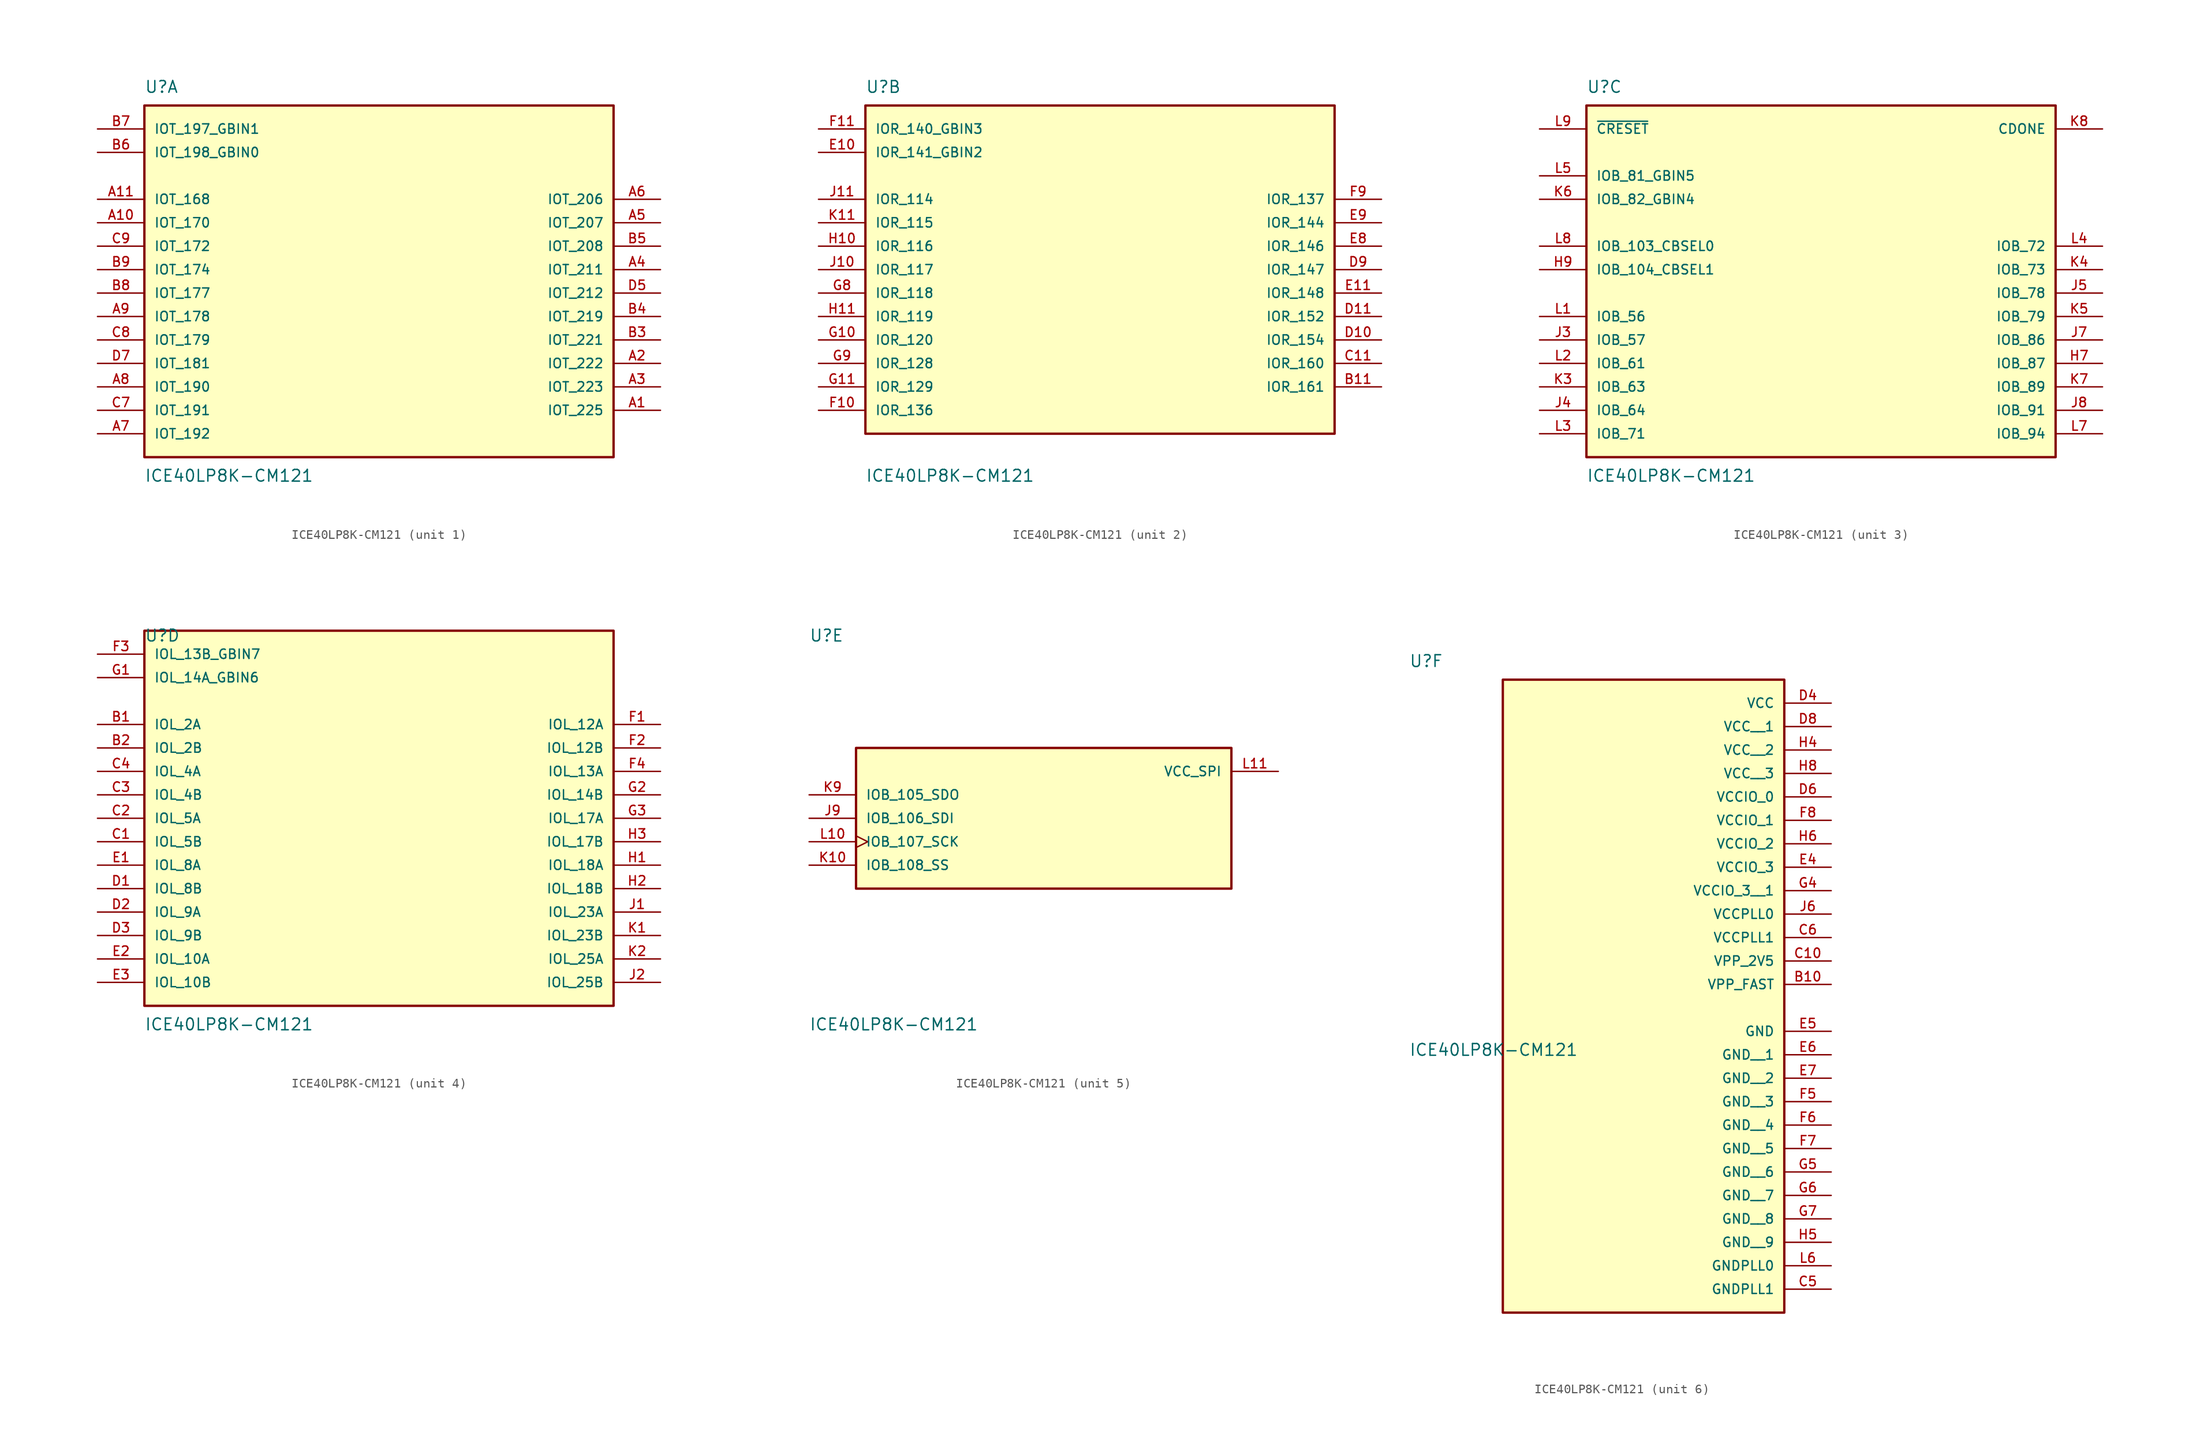
<source format=kicad_sym>
(kicad_symbol_lib
  (version 20211014)
  (generator kicad_symbol_editor)
  (symbol "ICE40LP8K-CM121"
    (pin_names
      (offset 1.016))
    (property "Reference" "U"
      (at -25.4 19.05 0)
      (effects (font (size 1.27 1.27)) (justify bottom left)))
    (property "Value" "ICE40LP8K-CM121"
      (at -25.4 -21.59 0)
      (effects (font (size 1.27 1.27)) (justify top left)))
    (symbol "ICE40LP8K-CM121_1_0"
      (rectangle (start -25.4 -20.32) (end 25.4 17.78) (stroke (width 0.254)) (fill (type background)))
      (pin input line (at -30.48 15.24 0) (length 5.08) (name "IOT_197_GBIN1" (effects (font (size 1.016 1.016)))) (number "B7" (effects (font (size 1.016 1.016)))))
      (pin input line (at -30.48 12.7 0) (length 5.08) (name "IOT_198_GBIN0" (effects (font (size 1.016 1.016)))) (number "B6" (effects (font (size 1.016 1.016)))))
      (pin bidirectional line (at -30.48 7.62 0) (length 5.08) (name "IOT_168" (effects (font (size 1.016 1.016)))) (number "A11" (effects (font (size 1.016 1.016)))))
      (pin bidirectional line (at -30.48 5.08 0) (length 5.08) (name "IOT_170" (effects (font (size 1.016 1.016)))) (number "A10" (effects (font (size 1.016 1.016)))))
      (pin bidirectional line (at -30.48 2.54 0) (length 5.08) (name "IOT_172" (effects (font (size 1.016 1.016)))) (number "C9" (effects (font (size 1.016 1.016)))))
      (pin bidirectional line (at -30.48 0.0 0) (length 5.08) (name "IOT_174" (effects (font (size 1.016 1.016)))) (number "B9" (effects (font (size 1.016 1.016)))))
      (pin bidirectional line (at -30.48 -2.54 0) (length 5.08) (name "IOT_177" (effects (font (size 1.016 1.016)))) (number "B8" (effects (font (size 1.016 1.016)))))
      (pin bidirectional line (at -30.48 -5.08 0) (length 5.08) (name "IOT_178" (effects (font (size 1.016 1.016)))) (number "A9" (effects (font (size 1.016 1.016)))))
      (pin bidirectional line (at -30.48 -7.62 0) (length 5.08) (name "IOT_179" (effects (font (size 1.016 1.016)))) (number "C8" (effects (font (size 1.016 1.016)))))
      (pin bidirectional line (at -30.48 -10.16 0) (length 5.08) (name "IOT_181" (effects (font (size 1.016 1.016)))) (number "D7" (effects (font (size 1.016 1.016)))))
      (pin bidirectional line (at -30.48 -12.7 0) (length 5.08) (name "IOT_190" (effects (font (size 1.016 1.016)))) (number "A8" (effects (font (size 1.016 1.016)))))
      (pin bidirectional line (at -30.48 -15.24 0) (length 5.08) (name "IOT_191" (effects (font (size 1.016 1.016)))) (number "C7" (effects (font (size 1.016 1.016)))))
      (pin bidirectional line (at -30.48 -17.78 0) (length 5.08) (name "IOT_192" (effects (font (size 1.016 1.016)))) (number "A7" (effects (font (size 1.016 1.016)))))
      (pin bidirectional line (at 30.48 7.62 180.0) (length 5.08) (name "IOT_206" (effects (font (size 1.016 1.016)))) (number "A6" (effects (font (size 1.016 1.016)))))
      (pin bidirectional line (at 30.48 5.08 180.0) (length 5.08) (name "IOT_207" (effects (font (size 1.016 1.016)))) (number "A5" (effects (font (size 1.016 1.016)))))
      (pin bidirectional line (at 30.48 2.54 180.0) (length 5.08) (name "IOT_208" (effects (font (size 1.016 1.016)))) (number "B5" (effects (font (size 1.016 1.016)))))
      (pin bidirectional line (at 30.48 0.0 180.0) (length 5.08) (name "IOT_211" (effects (font (size 1.016 1.016)))) (number "A4" (effects (font (size 1.016 1.016)))))
      (pin bidirectional line (at 30.48 -2.54 180.0) (length 5.08) (name "IOT_212" (effects (font (size 1.016 1.016)))) (number "D5" (effects (font (size 1.016 1.016)))))
      (pin bidirectional line (at 30.48 -5.08 180.0) (length 5.08) (name "IOT_219" (effects (font (size 1.016 1.016)))) (number "B4" (effects (font (size 1.016 1.016)))))
      (pin bidirectional line (at 30.48 -7.62 180.0) (length 5.08) (name "IOT_221" (effects (font (size 1.016 1.016)))) (number "B3" (effects (font (size 1.016 1.016)))))
      (pin bidirectional line (at 30.48 -10.16 180.0) (length 5.08) (name "IOT_222" (effects (font (size 1.016 1.016)))) (number "A2" (effects (font (size 1.016 1.016)))))
      (pin bidirectional line (at 30.48 -12.7 180.0) (length 5.08) (name "IOT_223" (effects (font (size 1.016 1.016)))) (number "A3" (effects (font (size 1.016 1.016)))))
      (pin bidirectional line (at 30.48 -15.24 180.0) (length 5.08) (name "IOT_225" (effects (font (size 1.016 1.016)))) (number "A1" (effects (font (size 1.016 1.016))))))
    (symbol "ICE40LP8K-CM121_2_0"
      (rectangle (start -25.4 -17.78) (end 25.4 17.78) (stroke (width 0.254)) (fill (type background)))
      (pin input line (at -30.48 15.24 0) (length 5.08) (name "IOR_140_GBIN3" (effects (font (size 1.016 1.016)))) (number "F11" (effects (font (size 1.016 1.016)))))
      (pin input line (at -30.48 12.7 0) (length 5.08) (name "IOR_141_GBIN2" (effects (font (size 1.016 1.016)))) (number "E10" (effects (font (size 1.016 1.016)))))
      (pin bidirectional line (at -30.48 7.62 0) (length 5.08) (name "IOR_114" (effects (font (size 1.016 1.016)))) (number "J11" (effects (font (size 1.016 1.016)))))
      (pin bidirectional line (at -30.48 5.08 0) (length 5.08) (name "IOR_115" (effects (font (size 1.016 1.016)))) (number "K11" (effects (font (size 1.016 1.016)))))
      (pin bidirectional line (at -30.48 2.54 0) (length 5.08) (name "IOR_116" (effects (font (size 1.016 1.016)))) (number "H10" (effects (font (size 1.016 1.016)))))
      (pin bidirectional line (at -30.48 0.0 0) (length 5.08) (name "IOR_117" (effects (font (size 1.016 1.016)))) (number "J10" (effects (font (size 1.016 1.016)))))
      (pin bidirectional line (at -30.48 -2.54 0) (length 5.08) (name "IOR_118" (effects (font (size 1.016 1.016)))) (number "G8" (effects (font (size 1.016 1.016)))))
      (pin bidirectional line (at -30.48 -5.08 0) (length 5.08) (name "IOR_119" (effects (font (size 1.016 1.016)))) (number "H11" (effects (font (size 1.016 1.016)))))
      (pin bidirectional line (at -30.48 -7.62 0) (length 5.08) (name "IOR_120" (effects (font (size 1.016 1.016)))) (number "G10" (effects (font (size 1.016 1.016)))))
      (pin bidirectional line (at -30.48 -10.16 0) (length 5.08) (name "IOR_128" (effects (font (size 1.016 1.016)))) (number "G9" (effects (font (size 1.016 1.016)))))
      (pin bidirectional line (at -30.48 -12.7 0) (length 5.08) (name "IOR_129" (effects (font (size 1.016 1.016)))) (number "G11" (effects (font (size 1.016 1.016)))))
      (pin bidirectional line (at -30.48 -15.24 0) (length 5.08) (name "IOR_136" (effects (font (size 1.016 1.016)))) (number "F10" (effects (font (size 1.016 1.016)))))
      (pin bidirectional line (at 30.48 7.62 180.0) (length 5.08) (name "IOR_137" (effects (font (size 1.016 1.016)))) (number "F9" (effects (font (size 1.016 1.016)))))
      (pin bidirectional line (at 30.48 5.08 180.0) (length 5.08) (name "IOR_144" (effects (font (size 1.016 1.016)))) (number "E9" (effects (font (size 1.016 1.016)))))
      (pin bidirectional line (at 30.48 2.54 180.0) (length 5.08) (name "IOR_146" (effects (font (size 1.016 1.016)))) (number "E8" (effects (font (size 1.016 1.016)))))
      (pin bidirectional line (at 30.48 0.0 180.0) (length 5.08) (name "IOR_147" (effects (font (size 1.016 1.016)))) (number "D9" (effects (font (size 1.016 1.016)))))
      (pin bidirectional line (at 30.48 -2.54 180.0) (length 5.08) (name "IOR_148" (effects (font (size 1.016 1.016)))) (number "E11" (effects (font (size 1.016 1.016)))))
      (pin bidirectional line (at 30.48 -5.08 180.0) (length 5.08) (name "IOR_152" (effects (font (size 1.016 1.016)))) (number "D11" (effects (font (size 1.016 1.016)))))
      (pin bidirectional line (at 30.48 -7.62 180.0) (length 5.08) (name "IOR_154" (effects (font (size 1.016 1.016)))) (number "D10" (effects (font (size 1.016 1.016)))))
      (pin bidirectional line (at 30.48 -10.16 180.0) (length 5.08) (name "IOR_160" (effects (font (size 1.016 1.016)))) (number "C11" (effects (font (size 1.016 1.016)))))
      (pin bidirectional line (at 30.48 -12.7 180.0) (length 5.08) (name "IOR_161" (effects (font (size 1.016 1.016)))) (number "B11" (effects (font (size 1.016 1.016))))))
    (symbol "ICE40LP8K-CM121_3_0"
      (rectangle (start -25.4 -20.32) (end 25.4 17.78) (stroke (width 0.254)) (fill (type background)))
      (pin output line (at 30.48 15.24 180.0) (length 5.08) (name "CDONE" (effects (font (size 1.016 1.016)))) (number "K8" (effects (font (size 1.016 1.016)))))
      (pin input line (at -30.48 15.24 0) (length 5.08) (name "~{CRESET}" (effects (font (size 1.016 1.016)))) (number "L9" (effects (font (size 1.016 1.016)))))
      (pin input line (at -30.48 10.16 0) (length 5.08) (name "IOB_81_GBIN5" (effects (font (size 1.016 1.016)))) (number "L5" (effects (font (size 1.016 1.016)))))
      (pin input line (at -30.48 7.62 0) (length 5.08) (name "IOB_82_GBIN4" (effects (font (size 1.016 1.016)))) (number "K6" (effects (font (size 1.016 1.016)))))
      (pin bidirectional line (at -30.48 2.54 0) (length 5.08) (name "IOB_103_CBSEL0" (effects (font (size 1.016 1.016)))) (number "L8" (effects (font (size 1.016 1.016)))))
      (pin bidirectional line (at -30.48 0.0 0) (length 5.08) (name "IOB_104_CBSEL1" (effects (font (size 1.016 1.016)))) (number "H9" (effects (font (size 1.016 1.016)))))
      (pin bidirectional line (at -30.48 -5.08 0) (length 5.08) (name "IOB_56" (effects (font (size 1.016 1.016)))) (number "L1" (effects (font (size 1.016 1.016)))))
      (pin bidirectional line (at -30.48 -7.62 0) (length 5.08) (name "IOB_57" (effects (font (size 1.016 1.016)))) (number "J3" (effects (font (size 1.016 1.016)))))
      (pin bidirectional line (at -30.48 -10.16 0) (length 5.08) (name "IOB_61" (effects (font (size 1.016 1.016)))) (number "L2" (effects (font (size 1.016 1.016)))))
      (pin bidirectional line (at -30.48 -12.7 0) (length 5.08) (name "IOB_63" (effects (font (size 1.016 1.016)))) (number "K3" (effects (font (size 1.016 1.016)))))
      (pin bidirectional line (at -30.48 -15.24 0) (length 5.08) (name "IOB_64" (effects (font (size 1.016 1.016)))) (number "J4" (effects (font (size 1.016 1.016)))))
      (pin bidirectional line (at -30.48 -17.78 0) (length 5.08) (name "IOB_71" (effects (font (size 1.016 1.016)))) (number "L3" (effects (font (size 1.016 1.016)))))
      (pin bidirectional line (at 30.48 2.54 180.0) (length 5.08) (name "IOB_72" (effects (font (size 1.016 1.016)))) (number "L4" (effects (font (size 1.016 1.016)))))
      (pin bidirectional line (at 30.48 0.0 180.0) (length 5.08) (name "IOB_73" (effects (font (size 1.016 1.016)))) (number "K4" (effects (font (size 1.016 1.016)))))
      (pin bidirectional line (at 30.48 -2.54 180.0) (length 5.08) (name "IOB_78" (effects (font (size 1.016 1.016)))) (number "J5" (effects (font (size 1.016 1.016)))))
      (pin bidirectional line (at 30.48 -5.08 180.0) (length 5.08) (name "IOB_79" (effects (font (size 1.016 1.016)))) (number "K5" (effects (font (size 1.016 1.016)))))
      (pin bidirectional line (at 30.48 -7.62 180.0) (length 5.08) (name "IOB_86" (effects (font (size 1.016 1.016)))) (number "J7" (effects (font (size 1.016 1.016)))))
      (pin bidirectional line (at 30.48 -10.16 180.0) (length 5.08) (name "IOB_87" (effects (font (size 1.016 1.016)))) (number "H7" (effects (font (size 1.016 1.016)))))
      (pin bidirectional line (at 30.48 -12.7 180.0) (length 5.08) (name "IOB_89" (effects (font (size 1.016 1.016)))) (number "K7" (effects (font (size 1.016 1.016)))))
      (pin bidirectional line (at 30.48 -15.24 180.0) (length 5.08) (name "IOB_91" (effects (font (size 1.016 1.016)))) (number "J8" (effects (font (size 1.016 1.016)))))
      (pin bidirectional line (at 30.48 -17.78 180.0) (length 5.08) (name "IOB_94" (effects (font (size 1.016 1.016)))) (number "L7" (effects (font (size 1.016 1.016))))))
    (symbol "ICE40LP8K-CM121_4_0"
      (rectangle (start -25.4 -20.32) (end 25.4 20.32) (stroke (width 0.254)) (fill (type background)))
      (pin input line (at -30.48 17.78 0) (length 5.08) (name "IOL_13B_GBIN7" (effects (font (size 1.016 1.016)))) (number "F3" (effects (font (size 1.016 1.016)))))
      (pin input line (at -30.48 15.24 0) (length 5.08) (name "IOL_14A_GBIN6" (effects (font (size 1.016 1.016)))) (number "G1" (effects (font (size 1.016 1.016)))))
      (pin bidirectional line (at -30.48 -15.24 0) (length 5.08) (name "IOL_10A" (effects (font (size 1.016 1.016)))) (number "E2" (effects (font (size 1.016 1.016)))))
      (pin bidirectional line (at -30.48 -17.78 0) (length 5.08) (name "IOL_10B" (effects (font (size 1.016 1.016)))) (number "E3" (effects (font (size 1.016 1.016)))))
      (pin bidirectional line (at 30.48 10.16 180.0) (length 5.08) (name "IOL_12A" (effects (font (size 1.016 1.016)))) (number "F1" (effects (font (size 1.016 1.016)))))
      (pin bidirectional line (at 30.48 7.62 180.0) (length 5.08) (name "IOL_12B" (effects (font (size 1.016 1.016)))) (number "F2" (effects (font (size 1.016 1.016)))))
      (pin bidirectional line (at 30.48 5.08 180.0) (length 5.08) (name "IOL_13A" (effects (font (size 1.016 1.016)))) (number "F4" (effects (font (size 1.016 1.016)))))
      (pin bidirectional line (at 30.48 2.54 180.0) (length 5.08) (name "IOL_14B" (effects (font (size 1.016 1.016)))) (number "G2" (effects (font (size 1.016 1.016)))))
      (pin bidirectional line (at 30.48 0.0 180.0) (length 5.08) (name "IOL_17A" (effects (font (size 1.016 1.016)))) (number "G3" (effects (font (size 1.016 1.016)))))
      (pin bidirectional line (at 30.48 -2.54 180.0) (length 5.08) (name "IOL_17B" (effects (font (size 1.016 1.016)))) (number "H3" (effects (font (size 1.016 1.016)))))
      (pin bidirectional line (at 30.48 -5.08 180.0) (length 5.08) (name "IOL_18A" (effects (font (size 1.016 1.016)))) (number "H1" (effects (font (size 1.016 1.016)))))
      (pin bidirectional line (at 30.48 -7.62 180.0) (length 5.08) (name "IOL_18B" (effects (font (size 1.016 1.016)))) (number "H2" (effects (font (size 1.016 1.016)))))
      (pin bidirectional line (at 30.48 -10.16 180.0) (length 5.08) (name "IOL_23A" (effects (font (size 1.016 1.016)))) (number "J1" (effects (font (size 1.016 1.016)))))
      (pin bidirectional line (at 30.48 -12.7 180.0) (length 5.08) (name "IOL_23B" (effects (font (size 1.016 1.016)))) (number "K1" (effects (font (size 1.016 1.016)))))
      (pin bidirectional line (at 30.48 -15.24 180.0) (length 5.08) (name "IOL_25A" (effects (font (size 1.016 1.016)))) (number "K2" (effects (font (size 1.016 1.016)))))
      (pin bidirectional line (at 30.48 -17.78 180.0) (length 5.08) (name "IOL_25B" (effects (font (size 1.016 1.016)))) (number "J2" (effects (font (size 1.016 1.016)))))
      (pin bidirectional line (at -30.48 10.16 0) (length 5.08) (name "IOL_2A" (effects (font (size 1.016 1.016)))) (number "B1" (effects (font (size 1.016 1.016)))))
      (pin bidirectional line (at -30.48 7.62 0) (length 5.08) (name "IOL_2B" (effects (font (size 1.016 1.016)))) (number "B2" (effects (font (size 1.016 1.016)))))
      (pin bidirectional line (at -30.48 5.08 0) (length 5.08) (name "IOL_4A" (effects (font (size 1.016 1.016)))) (number "C4" (effects (font (size 1.016 1.016)))))
      (pin bidirectional line (at -30.48 2.54 0) (length 5.08) (name "IOL_4B" (effects (font (size 1.016 1.016)))) (number "C3" (effects (font (size 1.016 1.016)))))
      (pin bidirectional line (at -30.48 0.0 0) (length 5.08) (name "IOL_5A" (effects (font (size 1.016 1.016)))) (number "C2" (effects (font (size 1.016 1.016)))))
      (pin bidirectional line (at -30.48 -2.54 0) (length 5.08) (name "IOL_5B" (effects (font (size 1.016 1.016)))) (number "C1" (effects (font (size 1.016 1.016)))))
      (pin bidirectional line (at -30.48 -5.08 0) (length 5.08) (name "IOL_8A" (effects (font (size 1.016 1.016)))) (number "E1" (effects (font (size 1.016 1.016)))))
      (pin bidirectional line (at -30.48 -7.62 0) (length 5.08) (name "IOL_8B" (effects (font (size 1.016 1.016)))) (number "D1" (effects (font (size 1.016 1.016)))))
      (pin bidirectional line (at -30.48 -10.16 0) (length 5.08) (name "IOL_9A" (effects (font (size 1.016 1.016)))) (number "D2" (effects (font (size 1.016 1.016)))))
      (pin bidirectional line (at -30.48 -12.7 0) (length 5.08) (name "IOL_9B" (effects (font (size 1.016 1.016)))) (number "D3" (effects (font (size 1.016 1.016))))))
    (symbol "ICE40LP8K-CM121_5_0"
      (rectangle (start -20.32 -7.62) (end 20.32 7.62) (stroke (width 0.254)) (fill (type background)))
      (pin output line (at -25.4 2.54 0) (length 5.08) (name "IOB_105_SDO" (effects (font (size 1.016 1.016)))) (number "K9" (effects (font (size 1.016 1.016)))))
      (pin input line (at -25.4 0.0 0) (length 5.08) (name "IOB_106_SDI" (effects (font (size 1.016 1.016)))) (number "J9" (effects (font (size 1.016 1.016)))))
      (pin input clock (at -25.4 -2.54 0) (length 5.08) (name "IOB_107_SCK" (effects (font (size 1.016 1.016)))) (number "L10" (effects (font (size 1.016 1.016)))))
      (pin input line (at -25.4 -5.08 0) (length 5.08) (name "IOB_108_SS" (effects (font (size 1.016 1.016)))) (number "K10" (effects (font (size 1.016 1.016)))))
      (pin power_in line (at 25.4 5.08 180.0) (length 5.08) (name "VCC_SPI" (effects (font (size 1.016 1.016)))) (number "L11" (effects (font (size 1.016 1.016))))))
    (symbol "ICE40LP8K-CM121_6_0"
      (rectangle (start -15.24 -50.8) (end 15.24 17.78) (stroke (width 0.254)) (fill (type background)))
      (pin power_in line (at 20.32 15.24 180.0) (length 5.08) (name "VCC" (effects (font (size 1.016 1.016)))) (number "D4" (effects (font (size 1.016 1.016)))))
      (pin power_in line (at 20.32 5.08 180.0) (length 5.08) (name "VCCIO_0" (effects (font (size 1.016 1.016)))) (number "D6" (effects (font (size 1.016 1.016)))))
      (pin power_in line (at 20.32 2.54 180.0) (length 5.08) (name "VCCIO_1" (effects (font (size 1.016 1.016)))) (number "F8" (effects (font (size 1.016 1.016)))))
      (pin power_in line (at 20.32 0.0 180.0) (length 5.08) (name "VCCIO_2" (effects (font (size 1.016 1.016)))) (number "H6" (effects (font (size 1.016 1.016)))))
      (pin power_in line (at 20.32 -2.54 180.0) (length 5.08) (name "VCCIO_3" (effects (font (size 1.016 1.016)))) (number "E4" (effects (font (size 1.016 1.016)))))
      (pin power_in line (at 20.32 -7.62 180.0) (length 5.08) (name "VCCPLL0" (effects (font (size 1.016 1.016)))) (number "J6" (effects (font (size 1.016 1.016)))))
      (pin power_in line (at 20.32 -10.16 180.0) (length 5.08) (name "VCCPLL1" (effects (font (size 1.016 1.016)))) (number "C6" (effects (font (size 1.016 1.016)))))
      (pin power_in line (at 20.32 -12.7 180.0) (length 5.08) (name "VPP_2V5" (effects (font (size 1.016 1.016)))) (number "C10" (effects (font (size 1.016 1.016)))))
      (pin power_in line (at 20.32 -15.24 180.0) (length 5.08) (name "VPP_FAST" (effects (font (size 1.016 1.016)))) (number "B10" (effects (font (size 1.016 1.016)))))
      (pin power_in line (at 20.32 -20.32 180.0) (length 5.08) (name "GND" (effects (font (size 1.016 1.016)))) (number "E5" (effects (font (size 1.016 1.016)))))
      (pin power_in line (at 20.32 -45.72 180.0) (length 5.08) (name "GNDPLL0" (effects (font (size 1.016 1.016)))) (number "L6" (effects (font (size 1.016 1.016)))))
      (pin power_in line (at 20.32 -48.26 180.0) (length 5.08) (name "GNDPLL1" (effects (font (size 1.016 1.016)))) (number "C5" (effects (font (size 1.016 1.016)))))
      (pin power_in line (at 20.32 12.7 180.0) (length 5.08) (name "VCC__1" (effects (font (size 1.016 1.016)))) (number "D8" (effects (font (size 1.016 1.016)))))
      (pin power_in line (at 20.32 10.16 180.0) (length 5.08) (name "VCC__2" (effects (font (size 1.016 1.016)))) (number "H4" (effects (font (size 1.016 1.016)))))
      (pin power_in line (at 20.32 7.62 180.0) (length 5.08) (name "VCC__3" (effects (font (size 1.016 1.016)))) (number "H8" (effects (font (size 1.016 1.016)))))
      (pin power_in line (at 20.32 -5.08 180.0) (length 5.08) (name "VCCIO_3__1" (effects (font (size 1.016 1.016)))) (number "G4" (effects (font (size 1.016 1.016)))))
      (pin power_in line (at 20.32 -22.86 180.0) (length 5.08) (name "GND__1" (effects (font (size 1.016 1.016)))) (number "E6" (effects (font (size 1.016 1.016)))))
      (pin power_in line (at 20.32 -25.4 180.0) (length 5.08) (name "GND__2" (effects (font (size 1.016 1.016)))) (number "E7" (effects (font (size 1.016 1.016)))))
      (pin power_in line (at 20.32 -27.94 180.0) (length 5.08) (name "GND__3" (effects (font (size 1.016 1.016)))) (number "F5" (effects (font (size 1.016 1.016)))))
      (pin power_in line (at 20.32 -30.48 180.0) (length 5.08) (name "GND__4" (effects (font (size 1.016 1.016)))) (number "F6" (effects (font (size 1.016 1.016)))))
      (pin power_in line (at 20.32 -33.02 180.0) (length 5.08) (name "GND__5" (effects (font (size 1.016 1.016)))) (number "F7" (effects (font (size 1.016 1.016)))))
      (pin power_in line (at 20.32 -35.56 180.0) (length 5.08) (name "GND__6" (effects (font (size 1.016 1.016)))) (number "G5" (effects (font (size 1.016 1.016)))))
      (pin power_in line (at 20.32 -38.1 180.0) (length 5.08) (name "GND__7" (effects (font (size 1.016 1.016)))) (number "G6" (effects (font (size 1.016 1.016)))))
      (pin power_in line (at 20.32 -40.64 180.0) (length 5.08) (name "GND__8" (effects (font (size 1.016 1.016)))) (number "G7" (effects (font (size 1.016 1.016)))))
      (pin power_in line (at 20.32 -43.18 180.0) (length 5.08) (name "GND__9" (effects (font (size 1.016 1.016)))) (number "H5" (effects (font (size 1.016 1.016))))))))
</source>
